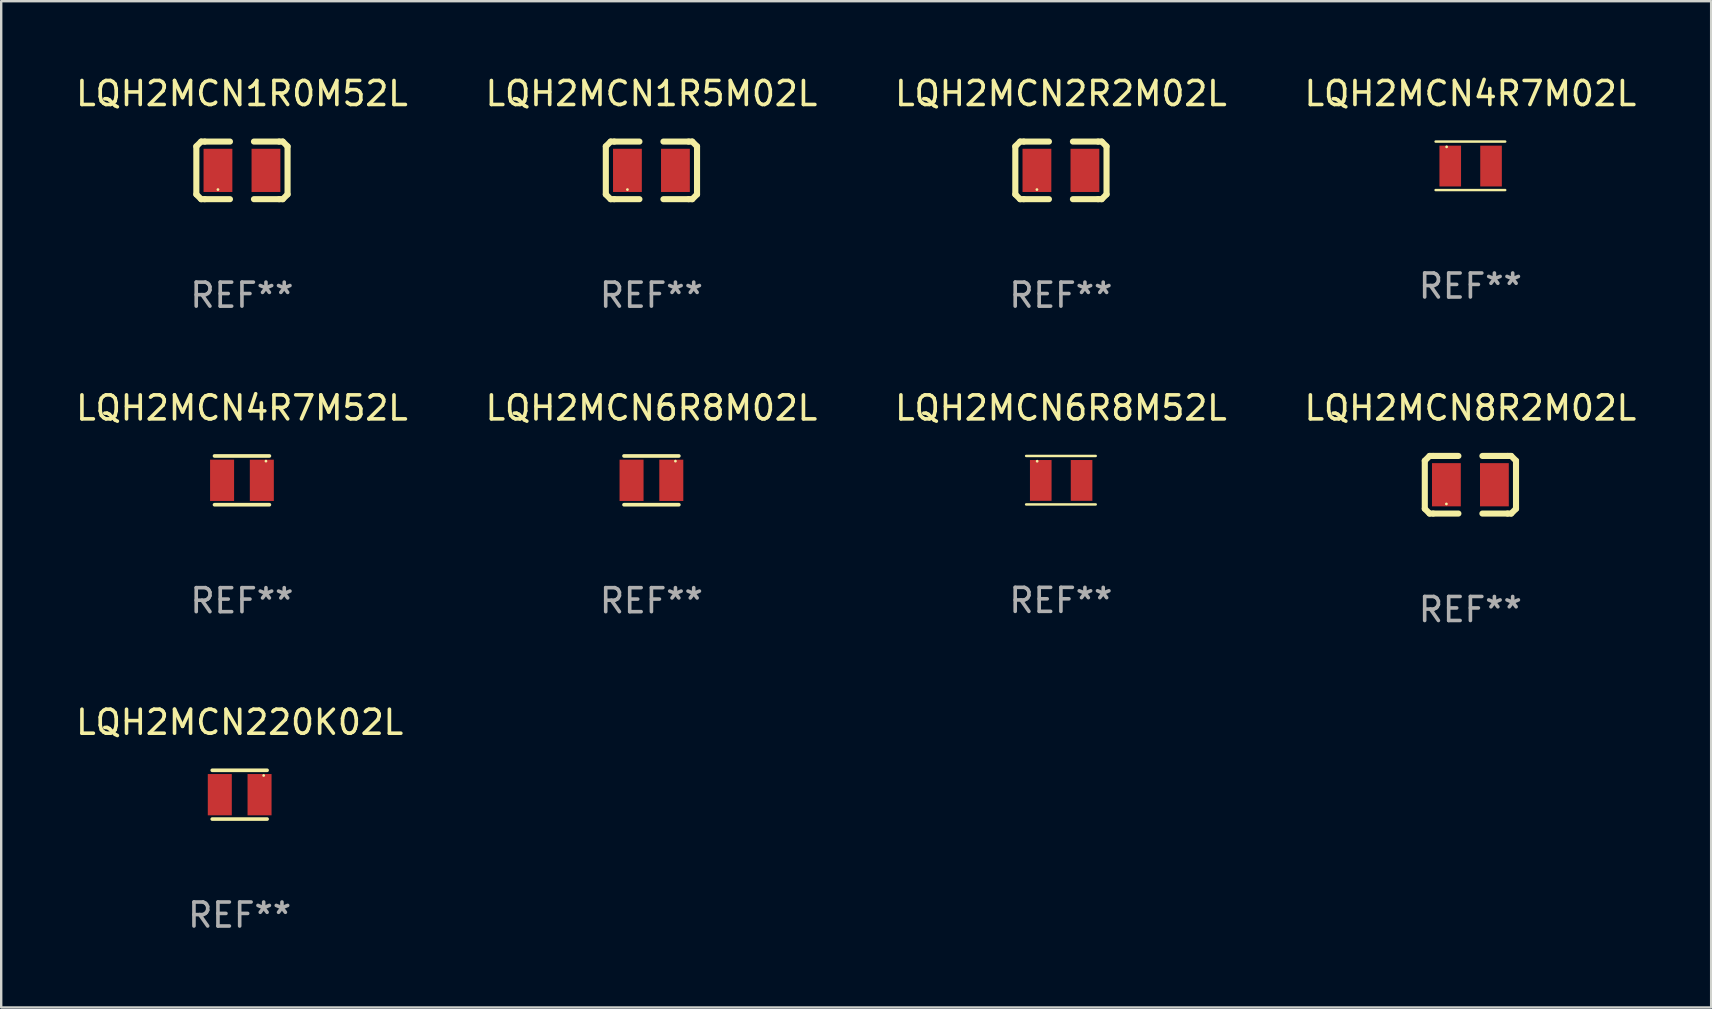
<source format=kicad_pcb>
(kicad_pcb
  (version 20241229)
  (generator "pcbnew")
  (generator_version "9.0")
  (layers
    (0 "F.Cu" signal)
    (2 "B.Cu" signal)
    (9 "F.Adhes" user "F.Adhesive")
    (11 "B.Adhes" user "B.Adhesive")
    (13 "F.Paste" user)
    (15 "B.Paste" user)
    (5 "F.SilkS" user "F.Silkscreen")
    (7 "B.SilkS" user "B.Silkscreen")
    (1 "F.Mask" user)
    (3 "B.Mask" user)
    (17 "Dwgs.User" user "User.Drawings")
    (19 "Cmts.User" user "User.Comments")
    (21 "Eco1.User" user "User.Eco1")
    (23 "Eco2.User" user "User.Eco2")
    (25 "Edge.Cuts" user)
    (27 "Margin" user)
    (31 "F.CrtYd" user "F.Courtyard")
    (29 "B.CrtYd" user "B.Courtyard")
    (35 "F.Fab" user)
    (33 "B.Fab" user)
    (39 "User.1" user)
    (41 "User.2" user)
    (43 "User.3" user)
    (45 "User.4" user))
  (footprint "LQH2MCN2R2M02L"
    (layer "F.Cu")
    (at 41.149 4.048)
    (property "Reference" "LQH2MCN2R2M02L" (at 0 -3.2 0) (layer "F.SilkS") (effects (font (size 1 1) (thickness 0.15))))
    (attr through_hole)
    (fp_line (start -1.9 -1) (end -1.9 1) (stroke (width 0.254) (type solid)) (layer "F.SilkS"))
    (fp_line (start -1.7 -1.2) (end -1.9 -1) (stroke (width 0.254) (type solid)) (layer "F.SilkS"))
    (fp_line (start -1.7 1.2) (end -1.9 1) (stroke (width 0.254) (type solid)) (layer "F.SilkS"))
    (fp_line (start -1.55 -1.2) (end -1.7 -1.2) (stroke (width 0.254) (type solid)) (layer "F.SilkS"))
    (fp_line (start -1.55 1.2) (end -1.7 1.2) (stroke (width 0.254) (type solid)) (layer "F.SilkS"))
    (fp_line (start -0.5 -1.2) (end -1.55 -1.2) (stroke (width 0.254) (type solid)) (layer "F.SilkS"))
    (fp_line (start -0.5 1.2) (end -1.55 1.2) (stroke (width 0.254) (type solid)) (layer "F.SilkS"))
    (fp_line (start 0.5 -1.2) (end 1.55 -1.2) (stroke (width 0.254) (type solid)) (layer "F.SilkS"))
    (fp_line (start 0.5 1.2) (end 1.55 1.2) (stroke (width 0.254) (type solid)) (layer "F.SilkS"))
    (fp_line (start 1.55 -1.2) (end 1.7 -1.2) (stroke (width 0.254) (type solid)) (layer "F.SilkS"))
    (fp_line (start 1.55 1.2) (end 1.7 1.2) (stroke (width 0.254) (type solid)) (layer "F.SilkS"))
    (fp_line (start 1.7 -1.2) (end 1.9 -1) (stroke (width 0.254) (type solid)) (layer "F.SilkS"))
    (fp_line (start 1.7 1.2) (end 1.9 1) (stroke (width 0.254) (type solid)) (layer "F.SilkS"))
    (fp_line (start 1.9 -1) (end 1.9 1) (stroke (width 0.254) (type solid)) (layer "F.SilkS"))
    (fp_circle (center -1 0.8) (end -0.97 0.8) (stroke (width 0.06) (type solid)) (fill no) (layer "F.SilkS"))
    (fp_text user "REF**" (at 0 5.2 0) (layer "F.Fab") (effects (font (size 1 1) (thickness 0.15))))
    (pad "1" smd rect (at -1 0) (size 1.2 1.8) (layers "F.Cu" "F.Mask" "F.Paste"))
    (pad "2" smd rect (at 1 0) (size 1.2 1.8) (layers "F.Cu" "F.Mask" "F.Paste")))
  (footprint "LQH2MCN220K02L"
    (layer "F.Cu")
    (at 6.935 30.057)
    (property "Reference" "LQH2MCN220K02L" (at 0 -3.016 0) (layer "F.SilkS") (effects (font (size 1 1) (thickness 0.15))))
    (attr through_hole)
    (fp_line (start -1.143 -1.016) (end 1.143 -1.016) (stroke (width 0.152) (type solid)) (layer "F.SilkS"))
    (fp_line (start 1.143 1.016) (end -1.143 1.016) (stroke (width 0.152) (type solid)) (layer "F.SilkS"))
    (fp_circle (center 1 -0.8) (end 1.03 -0.8) (stroke (width 0.06) (type solid)) (fill no) (layer "F.SilkS"))
    (fp_text user "REF**" (at 0 5.016 0) (layer "F.Fab") (effects (font (size 1 1) (thickness 0.15))))
    (pad "1" smd rect (at 0.828 0) (size 1 1.72) (layers "F.Cu" "F.Mask" "F.Paste"))
    (pad "2" smd rect (at -0.828 0) (size 1 1.72) (layers "F.Cu" "F.Mask" "F.Paste")))
  (footprint "LQH2MCN1R5M02L"
    (layer "F.Cu")
    (at 24.089 4.048)
    (property "Reference" "LQH2MCN1R5M02L" (at 0 -3.2 0) (layer "F.SilkS") (effects (font (size 1 1) (thickness 0.15))))
    (attr through_hole)
    (fp_line (start -1.9 -1) (end -1.9 1) (stroke (width 0.254) (type solid)) (layer "F.SilkS"))
    (fp_line (start -1.7 -1.2) (end -1.9 -1) (stroke (width 0.254) (type solid)) (layer "F.SilkS"))
    (fp_line (start -1.7 1.2) (end -1.9 1) (stroke (width 0.254) (type solid)) (layer "F.SilkS"))
    (fp_line (start -1.55 -1.2) (end -1.7 -1.2) (stroke (width 0.254) (type solid)) (layer "F.SilkS"))
    (fp_line (start -1.55 1.2) (end -1.7 1.2) (stroke (width 0.254) (type solid)) (layer "F.SilkS"))
    (fp_line (start -0.5 -1.2) (end -1.55 -1.2) (stroke (width 0.254) (type solid)) (layer "F.SilkS"))
    (fp_line (start -0.5 1.2) (end -1.55 1.2) (stroke (width 0.254) (type solid)) (layer "F.SilkS"))
    (fp_line (start 0.5 -1.2) (end 1.55 -1.2) (stroke (width 0.254) (type solid)) (layer "F.SilkS"))
    (fp_line (start 0.5 1.2) (end 1.55 1.2) (stroke (width 0.254) (type solid)) (layer "F.SilkS"))
    (fp_line (start 1.55 -1.2) (end 1.7 -1.2) (stroke (width 0.254) (type solid)) (layer "F.SilkS"))
    (fp_line (start 1.55 1.2) (end 1.7 1.2) (stroke (width 0.254) (type solid)) (layer "F.SilkS"))
    (fp_line (start 1.7 -1.2) (end 1.9 -1) (stroke (width 0.254) (type solid)) (layer "F.SilkS"))
    (fp_line (start 1.7 1.2) (end 1.9 1) (stroke (width 0.254) (type solid)) (layer "F.SilkS"))
    (fp_line (start 1.9 -1) (end 1.9 1) (stroke (width 0.254) (type solid)) (layer "F.SilkS"))
    (fp_circle (center -1 0.8) (end -0.97 0.8) (stroke (width 0.06) (type solid)) (fill no) (layer "F.SilkS"))
    (fp_text user "REF**" (at 0 5.2 0) (layer "F.Fab") (effects (font (size 1 1) (thickness 0.15))))
    (pad "1" smd rect (at -1 0) (size 1.2 1.8) (layers "F.Cu" "F.Mask" "F.Paste"))
    (pad "2" smd rect (at 1 0) (size 1.2 1.8) (layers "F.Cu" "F.Mask" "F.Paste")))
  (footprint "LQH2MCN1R0M52L"
    (layer "F.Cu")
    (at 7.03 4.048)
    (property "Reference" "LQH2MCN1R0M52L" (at 0 -3.2 0) (layer "F.SilkS") (effects (font (size 1 1) (thickness 0.15))))
    (attr through_hole)
    (fp_line (start -1.9 -1) (end -1.9 1) (stroke (width 0.254) (type solid)) (layer "F.SilkS"))
    (fp_line (start -1.7 -1.2) (end -1.9 -1) (stroke (width 0.254) (type solid)) (layer "F.SilkS"))
    (fp_line (start -1.7 1.2) (end -1.9 1) (stroke (width 0.254) (type solid)) (layer "F.SilkS"))
    (fp_line (start -1.55 -1.2) (end -1.7 -1.2) (stroke (width 0.254) (type solid)) (layer "F.SilkS"))
    (fp_line (start -1.55 1.2) (end -1.7 1.2) (stroke (width 0.254) (type solid)) (layer "F.SilkS"))
    (fp_line (start -0.5 -1.2) (end -1.55 -1.2) (stroke (width 0.254) (type solid)) (layer "F.SilkS"))
    (fp_line (start -0.5 1.2) (end -1.55 1.2) (stroke (width 0.254) (type solid)) (layer "F.SilkS"))
    (fp_line (start 0.5 -1.2) (end 1.55 -1.2) (stroke (width 0.254) (type solid)) (layer "F.SilkS"))
    (fp_line (start 0.5 1.2) (end 1.55 1.2) (stroke (width 0.254) (type solid)) (layer "F.SilkS"))
    (fp_line (start 1.55 -1.2) (end 1.7 -1.2) (stroke (width 0.254) (type solid)) (layer "F.SilkS"))
    (fp_line (start 1.55 1.2) (end 1.7 1.2) (stroke (width 0.254) (type solid)) (layer "F.SilkS"))
    (fp_line (start 1.7 -1.2) (end 1.9 -1) (stroke (width 0.254) (type solid)) (layer "F.SilkS"))
    (fp_line (start 1.7 1.2) (end 1.9 1) (stroke (width 0.254) (type solid)) (layer "F.SilkS"))
    (fp_line (start 1.9 -1) (end 1.9 1) (stroke (width 0.254) (type solid)) (layer "F.SilkS"))
    (fp_circle (center -1 0.8) (end -0.97 0.8) (stroke (width 0.06) (type solid)) (fill no) (layer "F.SilkS"))
    (fp_text user "REF**" (at 0 5.2 0) (layer "F.Fab") (effects (font (size 1 1) (thickness 0.15))))
    (pad "1" smd rect (at -1 0) (size 1.2 1.8) (layers "F.Cu" "F.Mask" "F.Paste"))
    (pad "2" smd rect (at 1 0) (size 1.2 1.8) (layers "F.Cu" "F.Mask" "F.Paste")))
  (footprint "LQH2MCN6R8M52L"
    (layer "F.Cu")
    (at 41.149 16.955)
    (property "Reference" "LQH2MCN6R8M52L" (at 0 -3.01 0) (layer "F.SilkS") (effects (font (size 1 1) (thickness 0.15))))
    (attr through_hole)
    (fp_line (start -1.45 -1.01) (end 1.45 -1.01) (stroke (width 0.102) (type solid)) (layer "F.SilkS"))
    (fp_line (start 1.45 1.01) (end -1.45 1.01) (stroke (width 0.102) (type solid)) (layer "F.SilkS"))
    (fp_circle (center -0.99 -0.79) (end -0.96 -0.79) (stroke (width 0.06) (type solid)) (fill no) (layer "F.SilkS"))
    (fp_text user "REF**" (at 0 5.01 0) (layer "F.Fab") (effects (font (size 1 1) (thickness 0.15))))
    (pad "1" smd rect (at -0.84 0.01) (size 0.9 1.7) (layers "F.Cu" "F.Mask" "F.Paste"))
    (pad "2" smd rect (at 0.86 0.01) (size 0.9 1.7) (layers "F.Cu" "F.Mask" "F.Paste")))
  (footprint "LQH2MCN4R7M52L"
    (layer "F.Cu")
    (at 7.03 16.961)
    (property "Reference" "LQH2MCN4R7M52L" (at 0 -3.016 0) (layer "F.SilkS") (effects (font (size 1 1) (thickness 0.15))))
    (attr through_hole)
    (fp_line (start -1.143 -1.016) (end 1.143 -1.016) (stroke (width 0.152) (type solid)) (layer "F.SilkS"))
    (fp_line (start 1.143 1.016) (end -1.143 1.016) (stroke (width 0.152) (type solid)) (layer "F.SilkS"))
    (fp_circle (center 1 -0.8) (end 1.03 -0.8) (stroke (width 0.06) (type solid)) (fill no) (layer "F.SilkS"))
    (fp_text user "REF**" (at 0 5.016 0) (layer "F.Fab") (effects (font (size 1 1) (thickness 0.15))))
    (pad "1" smd rect (at 0.828 0) (size 1 1.72) (layers "F.Cu" "F.Mask" "F.Paste"))
    (pad "2" smd rect (at -0.828 0) (size 1 1.72) (layers "F.Cu" "F.Mask" "F.Paste")))
  (footprint "LQH2MCN8R2M02L"
    (layer "F.Cu")
    (at 58.208 17.145)
    (property "Reference" "LQH2MCN8R2M02L" (at 0 -3.2 0) (layer "F.SilkS") (effects (font (size 1 1) (thickness 0.15))))
    (attr through_hole)
    (fp_line (start -1.9 -1) (end -1.9 1) (stroke (width 0.254) (type solid)) (layer "F.SilkS"))
    (fp_line (start -1.7 -1.2) (end -1.9 -1) (stroke (width 0.254) (type solid)) (layer "F.SilkS"))
    (fp_line (start -1.7 1.2) (end -1.9 1) (stroke (width 0.254) (type solid)) (layer "F.SilkS"))
    (fp_line (start -1.55 -1.2) (end -1.7 -1.2) (stroke (width 0.254) (type solid)) (layer "F.SilkS"))
    (fp_line (start -1.55 1.2) (end -1.7 1.2) (stroke (width 0.254) (type solid)) (layer "F.SilkS"))
    (fp_line (start -0.5 -1.2) (end -1.55 -1.2) (stroke (width 0.254) (type solid)) (layer "F.SilkS"))
    (fp_line (start -0.5 1.2) (end -1.55 1.2) (stroke (width 0.254) (type solid)) (layer "F.SilkS"))
    (fp_line (start 0.5 -1.2) (end 1.55 -1.2) (stroke (width 0.254) (type solid)) (layer "F.SilkS"))
    (fp_line (start 0.5 1.2) (end 1.55 1.2) (stroke (width 0.254) (type solid)) (layer "F.SilkS"))
    (fp_line (start 1.55 -1.2) (end 1.7 -1.2) (stroke (width 0.254) (type solid)) (layer "F.SilkS"))
    (fp_line (start 1.55 1.2) (end 1.7 1.2) (stroke (width 0.254) (type solid)) (layer "F.SilkS"))
    (fp_line (start 1.7 -1.2) (end 1.9 -1) (stroke (width 0.254) (type solid)) (layer "F.SilkS"))
    (fp_line (start 1.7 1.2) (end 1.9 1) (stroke (width 0.254) (type solid)) (layer "F.SilkS"))
    (fp_line (start 1.9 -1) (end 1.9 1) (stroke (width 0.254) (type solid)) (layer "F.SilkS"))
    (fp_circle (center -1 0.8) (end -0.97 0.8) (stroke (width 0.06) (type solid)) (fill no) (layer "F.SilkS"))
    (fp_text user "REF**" (at 0 5.2 0) (layer "F.Fab") (effects (font (size 1 1) (thickness 0.15))))
    (pad "1" smd rect (at -1 0) (size 1.2 1.8) (layers "F.Cu" "F.Mask" "F.Paste"))
    (pad "2" smd rect (at 1 0) (size 1.2 1.8) (layers "F.Cu" "F.Mask" "F.Paste")))
  (footprint "LQH2MCN6R8M02L"
    (layer "F.Cu")
    (at 24.089 16.961)
    (property "Reference" "LQH2MCN6R8M02L" (at 0 -3.016 0) (layer "F.SilkS") (effects (font (size 1 1) (thickness 0.15))))
    (attr through_hole)
    (fp_line (start -1.143 -1.016) (end 1.143 -1.016) (stroke (width 0.152) (type solid)) (layer "F.SilkS"))
    (fp_line (start 1.143 1.016) (end -1.143 1.016) (stroke (width 0.152) (type solid)) (layer "F.SilkS"))
    (fp_circle (center 1 -0.8) (end 1.03 -0.8) (stroke (width 0.06) (type solid)) (fill no) (layer "F.SilkS"))
    (fp_text user "REF**" (at 0 5.016 0) (layer "F.Fab") (effects (font (size 1 1) (thickness 0.15))))
    (pad "1" smd rect (at 0.828 0) (size 1 1.72) (layers "F.Cu" "F.Mask" "F.Paste"))
    (pad "2" smd rect (at -0.828 0) (size 1 1.72) (layers "F.Cu" "F.Mask" "F.Paste")))
  (footprint "LQH2MCN4R7M02L"
    (layer "F.Cu")
    (at 58.208 3.858)
    (property "Reference" "LQH2MCN4R7M02L" (at 0 -3.01 0) (layer "F.SilkS") (effects (font (size 1 1) (thickness 0.15))))
    (attr through_hole)
    (fp_line (start -1.45 -1.01) (end 1.45 -1.01) (stroke (width 0.102) (type solid)) (layer "F.SilkS"))
    (fp_line (start 1.45 1.01) (end -1.45 1.01) (stroke (width 0.102) (type solid)) (layer "F.SilkS"))
    (fp_circle (center -0.99 -0.79) (end -0.96 -0.79) (stroke (width 0.06) (type solid)) (fill no) (layer "F.SilkS"))
    (fp_text user "REF**" (at 0 5.01 0) (layer "F.Fab") (effects (font (size 1 1) (thickness 0.15))))
    (pad "1" smd rect (at -0.84 0.01) (size 0.9 1.7) (layers "F.Cu" "F.Mask" "F.Paste"))
    (pad "2" smd rect (at 0.86 0.01) (size 0.9 1.7) (layers "F.Cu" "F.Mask" "F.Paste")))
  (gr_rect
    (start -3 -3)
    (end 68.238 38.922)
    (stroke (width 0.1) (type default))
    (fill no)
    (layer "Edge.Cuts")))
</source>
